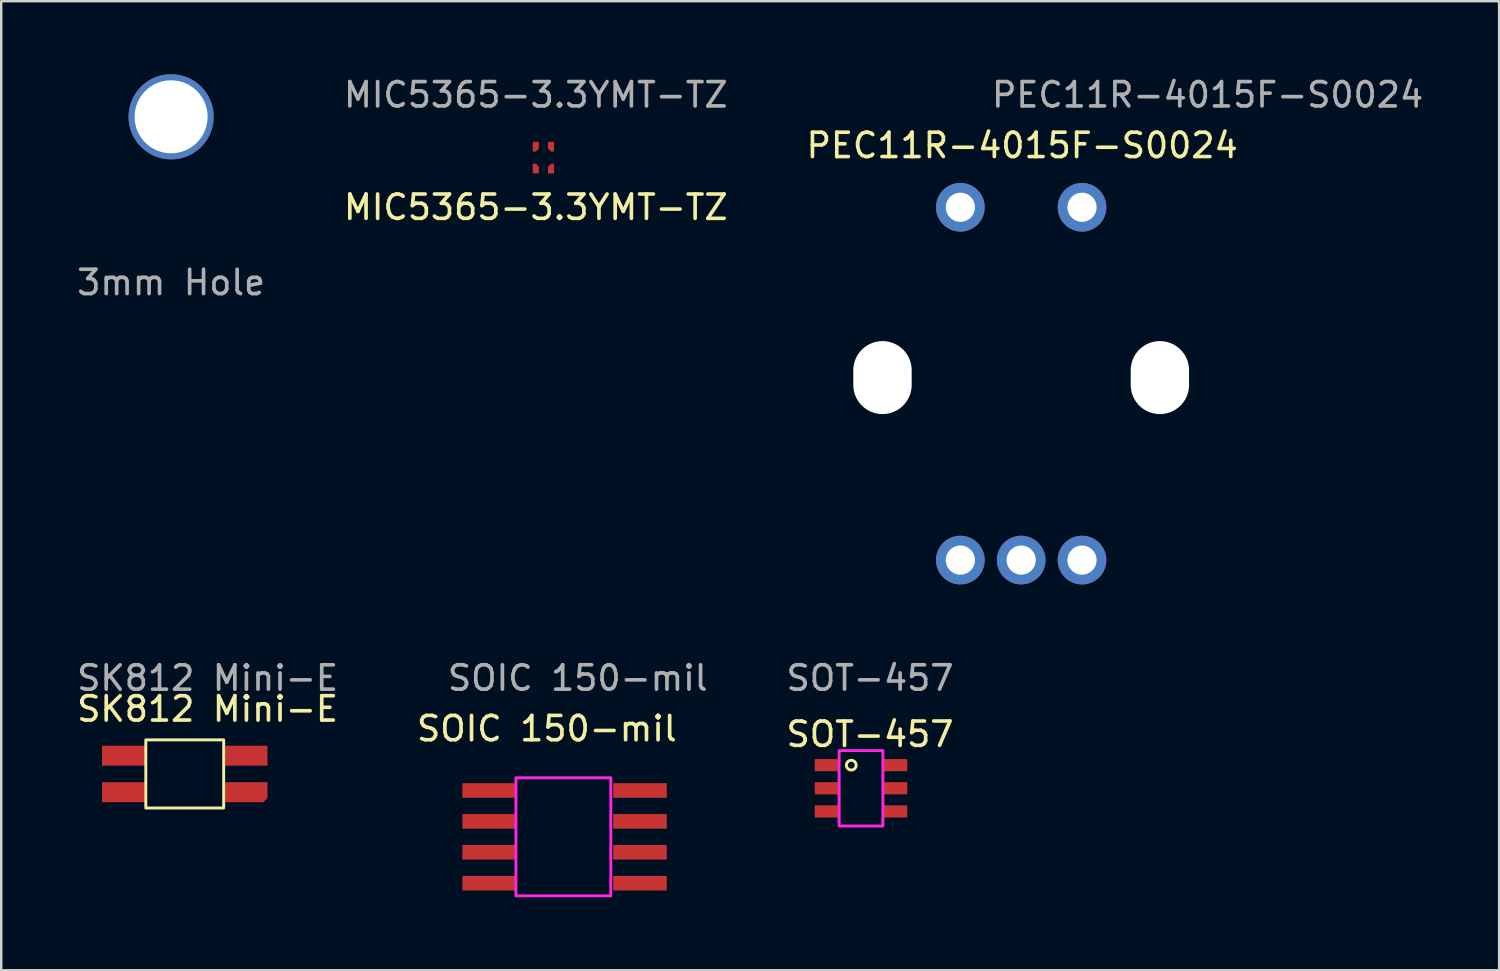
<source format=kicad_pcb>
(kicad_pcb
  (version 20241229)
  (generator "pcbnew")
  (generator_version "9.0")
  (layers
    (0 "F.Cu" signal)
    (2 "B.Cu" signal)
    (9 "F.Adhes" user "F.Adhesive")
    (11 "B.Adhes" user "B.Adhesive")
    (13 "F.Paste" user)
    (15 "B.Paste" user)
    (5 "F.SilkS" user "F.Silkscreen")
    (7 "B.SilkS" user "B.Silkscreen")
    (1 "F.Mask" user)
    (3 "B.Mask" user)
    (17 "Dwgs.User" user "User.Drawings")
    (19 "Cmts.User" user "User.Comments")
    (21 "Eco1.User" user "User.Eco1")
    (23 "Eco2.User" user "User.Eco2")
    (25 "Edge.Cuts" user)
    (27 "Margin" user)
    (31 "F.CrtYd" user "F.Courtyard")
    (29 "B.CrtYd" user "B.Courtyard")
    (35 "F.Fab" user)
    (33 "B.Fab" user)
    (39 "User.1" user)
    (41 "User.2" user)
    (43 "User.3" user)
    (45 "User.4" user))
  (footprint "3mm Hole"
    (layer "F.Cu")
    (at 3.982 1.75)
    (property "Reference" "3mm Hole" (at 0 3.81 0) (unlocked yes) (layer "F.Mask") (effects (font (size 1 1) (thickness 0.15))))
    (attr through_hole)
    (fp_text user "${REFERENCE}" (at 0 6.81 0) (unlocked yes) (layer "F.Fab") (effects (font (size 1 1) (thickness 0.15))))
    (pad "1" thru_hole circle (at 0 0) (size 3.5 3.5) (drill 3) (layers "*.Cu" "*.Mask")))
  (footprint "SOT-457"
    (layer "F.Cu")
    (at 31.435 28.396)
    (property "Reference" "SOT-457" (at 1.27 -1.27 0) (unlocked yes) (layer "F.SilkS") (effects (font (size 1 1) (thickness 0.15))))
    (attr smd)
    (fp_circle (center 0.5 0) (end 0.7 0) (stroke (width 0.12) (type solid)) (fill no) (layer "F.SilkS"))
    (fp_rect (start 0 -0.6) (end 1.8 2.5) (stroke (width 0.12) (type solid)) (fill no) (layer "F.CrtYd"))
    (fp_text user "${REFERENCE}" (at 1.27 -3.58 0) (unlocked yes) (layer "F.Fab") (effects (font (size 1 1) (thickness 0.15))))
    (pad "1" smd rect (at 0 0) (size 1 0.5) (drill (offset -0.5 0)) (layers "F.Cu" "F.Mask" "F.Paste"))
    (pad "2" smd rect (at 0 0.95) (size 1 0.5) (drill (offset -0.5 0)) (layers "F.Cu" "F.Mask" "F.Paste"))
    (pad "3" smd rect (at 0 1.9) (size 1 0.5) (drill (offset -0.5 0)) (layers "F.Cu" "F.Mask" "F.Paste"))
    (pad "4" smd rect (at 1.8 1.9) (size 1 0.5) (drill (offset 0.5 0)) (layers "F.Cu" "F.Mask" "F.Paste"))
    (pad "5" smd rect (at 1.8 0.95) (size 1 0.5) (drill (offset 0.5 0)) (layers "F.Cu" "F.Mask" "F.Paste"))
    (pad "6" smd rect (at 1.8 0) (size 1 0.5) (drill (offset 0.5 0)) (layers "F.Cu" "F.Mask" "F.Paste")))
  (footprint "SOIC 150-mil"
    (layer "F.Cu")
    (at 18.153 29.436)
    (property "Reference" "SOIC 150-mil" (at 1.27 -2.54 0) (unlocked yes) (layer "F.SilkS") (effects (font (size 1 1) (thickness 0.15))))
    (attr smd)
    (fp_rect (start 0 -0.52) (end 3.9 4.33) (stroke (width 0.12) (type solid)) (fill no) (layer "F.CrtYd"))
    (fp_text user "${REFERENCE}" (at 2.54 -4.62 0) (unlocked yes) (layer "F.Fab") (effects (font (size 1 1) (thickness 0.15))))
    (pad "1" smd rect (at -1.1 0) (size 2.2 0.6) (layers "F.Cu" "F.Mask" "F.Paste"))
    (pad "2" smd rect (at -1.1 1.27) (size 2.2 0.6) (layers "F.Cu" "F.Mask" "F.Paste"))
    (pad "3" smd rect (at -1.1 2.54) (size 2.2 0.6) (layers "F.Cu" "F.Mask" "F.Paste"))
    (pad "4" smd rect (at -1.1 3.81) (size 2.2 0.6) (layers "F.Cu" "F.Mask" "F.Paste"))
    (pad "5" smd rect (at 5.1 3.81) (size 2.2 0.6) (layers "F.Cu" "F.Mask" "F.Paste"))
    (pad "6" smd rect (at 5.1 2.54) (size 2.2 0.6) (layers "F.Cu" "F.Mask" "F.Paste"))
    (pad "7" smd rect (at 5.1 1.27) (size 2.2 0.6) (layers "F.Cu" "F.Mask" "F.Paste"))
    (pad "8" smd rect (at 5.1 0) (size 2.2 0.6) (layers "F.Cu" "F.Mask" "F.Paste")))
  (footprint "PEC11R-4015F-S0024"
    (layer "F.Cu")
    (at 36.418 5.468)
    (property "Reference" "PEC11R-4015F-S0024" (at 2.54 -2.54 0) (unlocked yes) (layer "F.SilkS") (effects (font (size 1 1) (thickness 0.15))))
    (attr through_hole)
    (fp_text user "${REFERENCE}" (at 10.16 -4.62 0) (unlocked yes) (layer "F.Fab") (effects (font (size 1 1) (thickness 0.15))))
    (pad "" np_thru_hole oval (at -3.2 7) (size 2.4 3) (drill oval 2.4 3) (layers "*.Cu" "*.Mask"))
    (pad "" np_thru_hole oval (at 8.2 7) (size 2.4 3) (drill oval 2.4 3) (layers "*.Cu" "*.Mask"))
    (pad "A" thru_hole circle (at 0 14.5) (size 2 2) (drill 1.2) (layers "*.Cu" "*.Mask"))
    (pad "B" thru_hole circle (at 5 14.5) (size 2 2) (drill 1.2) (layers "*.Cu" "*.Mask"))
    (pad "C" thru_hole circle (at 2.5 14.5) (size 2 2) (drill 1.2) (layers "*.Cu" "*.Mask"))
    (pad "S1" thru_hole circle (at 0 0) (size 2 2) (drill 1.2) (layers "*.Cu" "*.Mask"))
    (pad "S2" thru_hole circle (at 5 0) (size 2 2) (drill 1.2) (layers "*.Cu" "*.Mask")))
  (footprint "SK812 Mini-E"
    (layer "F.Cu")
    (at 2.942 27.357)
    (property "Reference" "SK812 Mini-E" (at 2.54 -1.27 0) (unlocked yes) (layer "F.SilkS") (effects (font (size 1 1) (thickness 0.15))))
    (attr smd)
    (fp_rect (start 0 0) (end 3.2 2.8) (stroke (width 0.12) (type solid)) (fill no) (layer "F.SilkS"))
    (fp_text user "${REFERENCE}" (at 2.54 -2.54 0) (unlocked yes) (layer "F.Fab") (effects (font (size 1 1) (thickness 0.15))))
    (pad "1" smd rect (at 0 0.24) (size 1.8 0.82) (drill (offset -0.9 0.41)) (layers "F.Cu" "F.Mask" "F.Paste"))
    (pad "2" smd rect (at 0 2.56) (size 1.8 0.82) (drill (offset -0.9 -0.41)) (layers "F.Cu" "F.Mask" "F.Paste"))
    (pad "3" smd roundrect (at 3.2 2.56) (size 1.8 0.82) (drill (offset 0.9 -0.41)) (layers "F.Cu" "F.Mask" "F.Paste") (roundrect_rratio 0) (chamfer_ratio 0.2) (chamfer bottom_right))
    (pad "4" smd rect (at 3.2 0.24) (size 1.8 0.82) (drill (offset 0.9 0.41)) (layers "F.Cu" "F.Mask" "F.Paste")))
  (footprint "MIC5365-3.3YMT-TZ"
    (layer "F.Cu")
    (at 18.97 2.928)
    (property "Reference" "MIC5365-3.3YMT-TZ" (at 0 2.54 0) (unlocked yes) (layer "F.SilkS") (effects (font (size 1 1) (thickness 0.15))))
    (attr smd)
    (fp_text user "${REFERENCE}" (at 0 -2.08 0) (unlocked yes) (layer "F.Fab") (effects (font (size 1 1) (thickness 0.15))))
    (pad "1" smd roundrect (at 0 0.75) (size 0.25 0.4) (drill (offset 0 0.2)) (layers "F.Cu" "F.Mask" "F.Paste") (roundrect_rratio 0) (chamfer_ratio 0.5) (chamfer top_right))
    (pad "2" smd roundrect (at 0.625 0.75) (size 0.25 0.4) (drill (offset 0 0.2)) (layers "F.Cu" "F.Mask" "F.Paste") (roundrect_rratio 0) (chamfer_ratio 0.5) (chamfer top_left))
    (pad "3" smd roundrect (at 0 0.25) (size 0.25 0.4) (drill (offset 0 -0.2)) (layers "F.Cu" "F.Mask" "F.Paste") (roundrect_rratio 0) (chamfer_ratio 0.5) (chamfer bottom_right))
    (pad "4" smd roundrect (at 0.625 0.25) (size 0.25 0.4) (drill (offset 0 -0.2)) (layers "F.Cu" "F.Mask" "F.Paste") (roundrect_rratio 0) (chamfer_ratio 0.5) (chamfer bottom_left)))
  (gr_rect
    (start -3 -3)
    (end 58.56 36.827)
    (stroke (width 0.1) (type default))
    (fill no)
    (layer "Edge.Cuts")))
</source>
